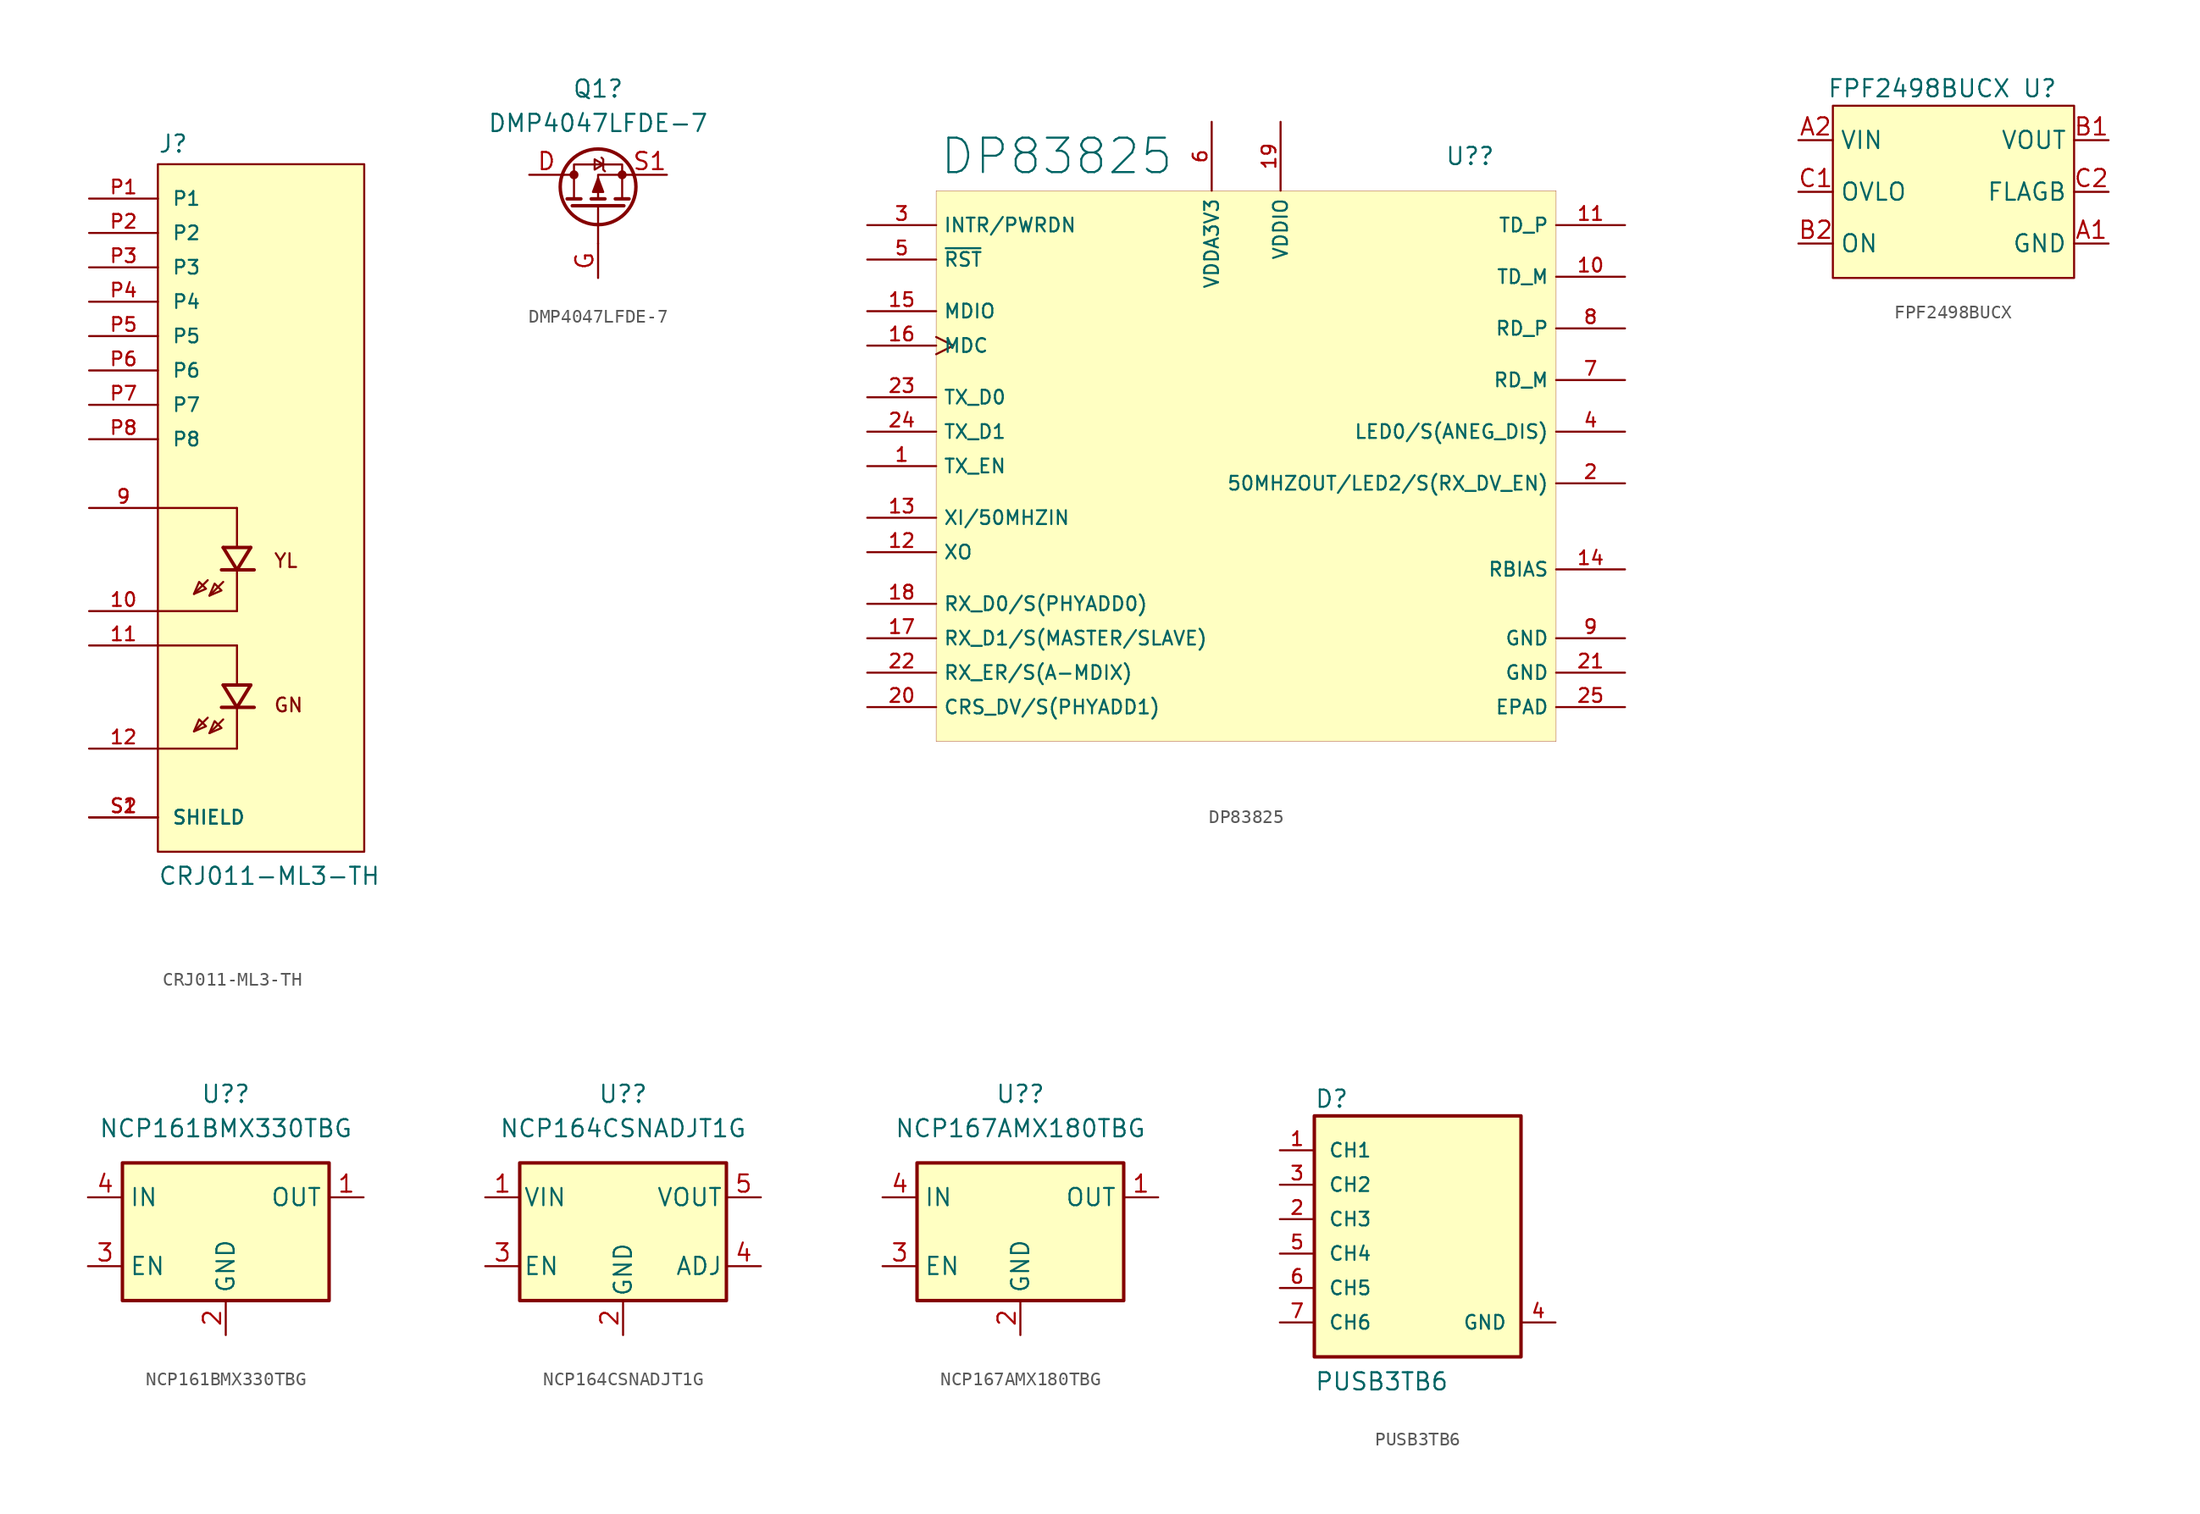
<source format=kicad_sym>
(kicad_symbol_lib
  (version 20211014)
  (generator kicad_symbol_editor)
  (symbol "CRJ011-ML3-TH"
    (pin_names
      (offset 1.016))
    (property "Reference" "J"
      (at -7.62 26.162 0)
      (effects (font (size 1.27 1.27)) (justify left bottom)))
    (property "Value" "CRJ011-ML3-TH"
      (at -7.62 -27.94 0)
      (effects (font (size 1.27 1.27)) (justify left bottom)))
    (property "ki_locked" ""
      (at 0 0 0)
      (effects (font (size 1.27 1.27))))
    (symbol "CRJ011-ML3-TH_0_0"
      (polyline (pts (xy -3.937 -15.494) (xy -4.953 -16.51)) (stroke (width 0.152) (type default) (color 0 0 0 0)) (fill (type none)))
      (polyline (pts (xy -3.937 -5.334) (xy -4.953 -6.35)) (stroke (width 0.152) (type default) (color 0 0 0 0)) (fill (type none)))
      (polyline (pts (xy -2.921 -14.732) (xy -1.778 -14.732)) (stroke (width 0.254) (type default) (color 0 0 0 0)) (fill (type none)))
      (polyline (pts (xy -2.921 -4.572) (xy -1.778 -4.572)) (stroke (width 0.254) (type default) (color 0 0 0 0)) (fill (type none)))
      (polyline (pts (xy -2.794 -15.621) (xy -3.81 -16.637)) (stroke (width 0.152) (type default) (color 0 0 0 0)) (fill (type none)))
      (polyline (pts (xy -2.794 -13.081) (xy -1.778 -14.732)) (stroke (width 0.254) (type default) (color 0 0 0 0)) (fill (type none)))
      (polyline (pts (xy -2.794 -13.081) (xy -0.762 -13.081)) (stroke (width 0.254) (type default) (color 0 0 0 0)) (fill (type none)))
      (polyline (pts (xy -2.794 -5.461) (xy -3.81 -6.477)) (stroke (width 0.152) (type default) (color 0 0 0 0)) (fill (type none)))
      (polyline (pts (xy -2.794 -2.921) (xy -1.778 -4.572)) (stroke (width 0.254) (type default) (color 0 0 0 0)) (fill (type none)))
      (polyline (pts (xy -2.794 -2.921) (xy -0.762 -2.921)) (stroke (width 0.254) (type default) (color 0 0 0 0)) (fill (type none)))
      (polyline (pts (xy -1.778 -17.78) (xy -7.62 -17.78)) (stroke (width 0.152) (type default) (color 0 0 0 0)) (fill (type none)))
      (polyline (pts (xy -1.778 -14.859) (xy -1.778 -17.78)) (stroke (width 0.152) (type default) (color 0 0 0 0)) (fill (type none)))
      (polyline (pts (xy -1.778 -14.732) (xy -0.762 -13.081)) (stroke (width 0.254) (type default) (color 0 0 0 0)) (fill (type none)))
      (polyline (pts (xy -1.778 -14.732) (xy -0.508 -14.732)) (stroke (width 0.254) (type default) (color 0 0 0 0)) (fill (type none)))
      (polyline (pts (xy -1.778 -10.16) (xy -7.62 -10.16)) (stroke (width 0.152) (type default) (color 0 0 0 0)) (fill (type none)))
      (polyline (pts (xy -1.778 -10.16) (xy -1.778 -12.954)) (stroke (width 0.152) (type default) (color 0 0 0 0)) (fill (type none)))
      (polyline (pts (xy -1.778 -7.62) (xy -7.62 -7.62)) (stroke (width 0.152) (type default) (color 0 0 0 0)) (fill (type none)))
      (polyline (pts (xy -1.778 -4.699) (xy -1.778 -7.62)) (stroke (width 0.152) (type default) (color 0 0 0 0)) (fill (type none)))
      (polyline (pts (xy -1.778 -4.572) (xy -0.762 -2.921)) (stroke (width 0.254) (type default) (color 0 0 0 0)) (fill (type none)))
      (polyline (pts (xy -1.778 -4.572) (xy -0.508 -4.572)) (stroke (width 0.254) (type default) (color 0 0 0 0)) (fill (type none)))
      (polyline (pts (xy -1.778 0) (xy -7.62 0)) (stroke (width 0.152) (type default) (color 0 0 0 0)) (fill (type none)))
      (polyline (pts (xy -1.778 0) (xy -1.778 -2.794)) (stroke (width 0.152) (type default) (color 0 0 0 0)) (fill (type none)))
      (polyline (pts (xy -4.953 -16.51) (xy -4.064 -16.129) (xy -4.572 -15.621) (xy -4.953 -16.51)) (stroke (width 0.152) (type default) (color 0 0 0 0)) (fill (type background)))
      (polyline (pts (xy -4.953 -6.35) (xy -4.064 -5.969) (xy -4.572 -5.461) (xy -4.953 -6.35)) (stroke (width 0.152) (type default) (color 0 0 0 0)) (fill (type background)))
      (polyline (pts (xy -3.81 -16.637) (xy -2.921 -16.256) (xy -3.429 -15.748) (xy -3.81 -16.637)) (stroke (width 0.152) (type default) (color 0 0 0 0)) (fill (type background)))
      (polyline (pts (xy -3.81 -6.477) (xy -2.921 -6.096) (xy -3.429 -5.588) (xy -3.81 -6.477)) (stroke (width 0.152) (type default) (color 0 0 0 0)) (fill (type background)))
      (text "GN" (at 0.889 -13.97 0) (effects (font (size 1.016 1.016)) (justify left top)))
      (text "YL" (at 0.889 -3.302 0) (effects (font (size 1.016 1.016)) (justify left top)))
      (pin passive line (at -12.7 -7.62 0) (length 5.08) (name "~" (effects (font (size 1.016 1.016)))) (number "10" (effects (font (size 1.016 1.016)))))
      (pin passive line (at -12.7 -10.16 0) (length 5.08) (name "~" (effects (font (size 1.016 1.016)))) (number "11" (effects (font (size 1.016 1.016)))))
      (pin passive line (at -12.7 -17.78 0) (length 5.08) (name "~" (effects (font (size 1.016 1.016)))) (number "12" (effects (font (size 1.016 1.016)))))
      (pin passive line (at -12.7 0 0) (length 5.08) (name "~" (effects (font (size 1.016 1.016)))) (number "9" (effects (font (size 1.016 1.016)))))
      (pin passive line (at -12.7 22.86 0) (length 5.08) (name "P1" (effects (font (size 1.016 1.016)))) (number "P1" (effects (font (size 1.016 1.016)))))
      (pin passive line (at -12.7 20.32 0) (length 5.08) (name "P2" (effects (font (size 1.016 1.016)))) (number "P2" (effects (font (size 1.016 1.016)))))
      (pin passive line (at -12.7 17.78 0) (length 5.08) (name "P3" (effects (font (size 1.016 1.016)))) (number "P3" (effects (font (size 1.016 1.016)))))
      (pin passive line (at -12.7 15.24 0) (length 5.08) (name "P4" (effects (font (size 1.016 1.016)))) (number "P4" (effects (font (size 1.016 1.016)))))
      (pin passive line (at -12.7 12.7 0) (length 5.08) (name "P5" (effects (font (size 1.016 1.016)))) (number "P5" (effects (font (size 1.016 1.016)))))
      (pin passive line (at -12.7 10.16 0) (length 5.08) (name "P6" (effects (font (size 1.016 1.016)))) (number "P6" (effects (font (size 1.016 1.016)))))
      (pin passive line (at -12.7 7.62 0) (length 5.08) (name "P7" (effects (font (size 1.016 1.016)))) (number "P7" (effects (font (size 1.016 1.016)))))
      (pin passive line (at -12.7 5.08 0) (length 5.08) (name "P8" (effects (font (size 1.016 1.016)))) (number "P8" (effects (font (size 1.016 1.016)))))
      (pin passive line (at -12.7 -22.86 0) (length 5.08) (name "SHIELD" (effects (font (size 1.016 1.016)))) (number "S1" (effects (font (size 1.016 1.016)))))
      (pin passive line (at -12.7 -22.86 0) (length 5.08) (name "SHIELD" (effects (font (size 1.016 1.016)))) (number "S2" (effects (font (size 1.016 1.016))))))
    (symbol "CRJ011-ML3-TH_1_1"
      (rectangle (start -7.62 25.4) (end 7.62 -25.4) (stroke (width 0.152) (type default) (color 0 0 0 0)) (fill (type background)))))
  (symbol "DMP4047LFDE-7"
    (pin_names hide)
    (property "Reference" "Q1"
      (at 0 8.89 0)
      (effects (font (size 1.27 1.27))))
    (property "Value" "DMP4047LFDE-7"
      (at 0 6.35 0)
      (effects (font (size 1.27 1.27))))
    (symbol "DMP4047LFDE-7_0_1"
      (circle (center -1.778 2.54) (radius 0.254) (stroke (width 0) (type default) (color 0 0 0 0)) (fill (type outline)))
      (polyline (pts (xy -2.54 2.54) (xy -1.778 2.54)) (stroke (width 0) (type default) (color 0 0 0 0)) (fill (type none)))
      (polyline (pts (xy -2.286 0.762) (xy -1.27 0.762)) (stroke (width 0.254) (type default) (color 0 0 0 0)) (fill (type none)))
      (polyline (pts (xy -1.905 0.254) (xy 1.905 0.254)) (stroke (width 0.254) (type default) (color 0 0 0 0)) (fill (type none)))
      (polyline (pts (xy -0.508 0.762) (xy 0.508 0.762)) (stroke (width 0.254) (type default) (color 0 0 0 0)) (fill (type none)))
      (polyline (pts (xy 0 0.254) (xy 0 -2.54)) (stroke (width 0) (type default) (color 0 0 0 0)) (fill (type none)))
      (polyline (pts (xy 1.27 0.762) (xy 2.286 0.762)) (stroke (width 0.254) (type default) (color 0 0 0 0)) (fill (type none)))
      (polyline (pts (xy 2.54 2.54) (xy 0 2.54) (xy 0 0.762)) (stroke (width 0) (type default) (color 0 0 0 0)) (fill (type none)))
      (polyline (pts (xy -1.778 0.762) (xy -1.778 3.302) (xy 1.778 3.302) (xy 1.778 0.762)) (stroke (width 0) (type default) (color 0 0 0 0)) (fill (type none)))
      (polyline (pts (xy 0 2.286) (xy -0.381 1.27) (xy 0.381 1.27) (xy 0 2.286)) (stroke (width 0) (type default) (color 0 0 0 0)) (fill (type outline)))
      (polyline (pts (xy 0.381 3.302) (xy -0.254 2.921) (xy -0.254 3.683) (xy 0.381 3.302)) (stroke (width 0) (type default) (color 0 0 0 0)) (fill (type none)))
      (polyline (pts (xy 0.508 2.794) (xy 0.381 2.921) (xy 0.381 3.683) (xy 0.254 3.81)) (stroke (width 0) (type default) (color 0 0 0 0)) (fill (type none)))
      (circle (center 0 1.651) (radius 2.794) (stroke (width 0.254) (type default) (color 0 0 0 0)) (fill (type none)))
      (circle (center 1.778 2.54) (radius 0.254) (stroke (width 0) (type default) (color 0 0 0 0)) (fill (type outline))))
    (symbol "DMP4047LFDE-7_1_1"
      (pin passive line (at -5.08 2.54 0) (length 2.54) (name "D" (effects (font (size 1.27 1.27)))) (number "D" (effects (font (size 1.27 1.27)))))
      (pin passive line (at 0 -5.08 90) (length 2.54) (name "G" (effects (font (size 1.27 1.27)))) (number "G" (effects (font (size 1.27 1.27)))))
      (pin passive line (at 5.08 2.54 180) (length 2.54) (name "S" (effects (font (size 1.27 1.27)))) (number "S1" (effects (font (size 1.27 1.27)))))
      (pin passive line (at 5.08 2.54 180) (length 2.54) hide (name "S" (effects (font (size 1.27 1.27)))) (number "S2" (effects (font (size 1.27 1.27)))))))
  (symbol "DP83825"
    (property "Reference" "U?"
      (at 16.51 22.86 0)
      (effects (font (size 1.27 1.27))))
    (property "Value" "DP83825"
      (at -13.97 22.86 0)
      (effects (font (size 2.54 2.54))))
    (symbol "DP83825_0_0"
      (pin input line (at -27.94 0 0) (length 5.08) (name "TX_EN" (effects (font (size 1.016 1.016)))) (number "1" (effects (font (size 1.016 1.016)))))
      (pin output line (at 27.94 13.97 180) (length 5.08) (name "TD_M" (effects (font (size 1.016 1.016)))) (number "10" (effects (font (size 1.016 1.016)))))
      (pin output line (at 27.94 17.78 180) (length 5.08) (name "TD_P" (effects (font (size 1.016 1.016)))) (number "11" (effects (font (size 1.016 1.016)))))
      (pin output line (at -27.94 -6.35 0) (length 5.08) (name "XO" (effects (font (size 1.016 1.016)))) (number "12" (effects (font (size 1.016 1.016)))))
      (pin input line (at -27.94 -3.81 0) (length 5.08) (name "XI/50MHZIN" (effects (font (size 1.016 1.016)))) (number "13" (effects (font (size 1.016 1.016)))))
      (pin passive line (at 27.94 -7.62 180) (length 5.08) (name "RBIAS" (effects (font (size 1.016 1.016)))) (number "14" (effects (font (size 1.016 1.016)))))
      (pin bidirectional line (at -27.94 11.43 0) (length 5.08) (name "MDIO" (effects (font (size 1.016 1.016)))) (number "15" (effects (font (size 1.016 1.016)))))
      (pin input clock (at -27.94 8.89 0) (length 5.08) (name "MDC" (effects (font (size 1.016 1.016)))) (number "16" (effects (font (size 1.016 1.016)))))
      (pin bidirectional line (at -27.94 -12.7 0) (length 5.08) (name "RX_D1/S(MASTER/SLAVE)" (effects (font (size 1.016 1.016)))) (number "17" (effects (font (size 1.016 1.016)))))
      (pin bidirectional line (at -27.94 -10.16 0) (length 5.08) (name "RX_D0/S(PHYADD0)" (effects (font (size 1.016 1.016)))) (number "18" (effects (font (size 1.016 1.016)))))
      (pin power_in line (at 2.54 25.4 270) (length 5.08) (name "VDDIO" (effects (font (size 1.016 1.016)))) (number "19" (effects (font (size 1.016 1.016)))))
      (pin bidirectional line (at 27.94 -1.27 180) (length 5.08) (name "50MHZOUT/LED2/S(RX_DV_EN)" (effects (font (size 1.016 1.016)))) (number "2" (effects (font (size 1.016 1.016)))))
      (pin bidirectional line (at -27.94 -17.78 0) (length 5.08) (name "CRS_DV/S(PHYADD1)" (effects (font (size 1.016 1.016)))) (number "20" (effects (font (size 1.016 1.016)))))
      (pin power_in line (at 27.94 -15.24 180) (length 5.08) (name "GND" (effects (font (size 1.016 1.016)))) (number "21" (effects (font (size 1.016 1.016)))))
      (pin bidirectional line (at -27.94 -15.24 0) (length 5.08) (name "RX_ER/S(A-MDIX)" (effects (font (size 1.016 1.016)))) (number "22" (effects (font (size 1.016 1.016)))))
      (pin input line (at -27.94 5.08 0) (length 5.08) (name "TX_D0" (effects (font (size 1.016 1.016)))) (number "23" (effects (font (size 1.016 1.016)))))
      (pin input line (at -27.94 2.54 0) (length 5.08) (name "TX_D1" (effects (font (size 1.016 1.016)))) (number "24" (effects (font (size 1.016 1.016)))))
      (pin input line (at -27.94 17.78 0) (length 5.08) (name "INTR/PWRDN" (effects (font (size 1.016 1.016)))) (number "3" (effects (font (size 1.016 1.016)))))
      (pin bidirectional line (at 27.94 2.54 180) (length 5.08) (name "LED0/S(ANEG_DIS)" (effects (font (size 1.016 1.016)))) (number "4" (effects (font (size 1.016 1.016)))))
      (pin input line (at -27.94 15.24 0) (length 5.08) (name "~{RST}" (effects (font (size 1.016 1.016)))) (number "5" (effects (font (size 1.016 1.016)))))
      (pin power_in line (at -2.54 25.4 270) (length 5.08) (name "VDDA3V3" (effects (font (size 1.016 1.016)))) (number "6" (effects (font (size 1.016 1.016)))))
      (pin input line (at 27.94 6.35 180) (length 5.08) (name "RD_M" (effects (font (size 1.016 1.016)))) (number "7" (effects (font (size 1.016 1.016)))))
      (pin input line (at 27.94 10.16 180) (length 5.08) (name "RD_P" (effects (font (size 1.016 1.016)))) (number "8" (effects (font (size 1.016 1.016)))))
      (pin power_in line (at 27.94 -12.7 180) (length 5.08) (name "GND" (effects (font (size 1.016 1.016)))) (number "9" (effects (font (size 1.016 1.016))))))
    (symbol "DP83825_0_1"
      (rectangle (start -22.86 20.32) (end 22.86 -20.32) (stroke (width 0.001) (type default) (color 0 0 0 0)) (fill (type background))))
    (symbol "DP83825_1_1"
      (pin input line (at 27.94 -17.78 180) (length 5.08) (name "EPAD" (effects (font (size 1.016 1.016)))) (number "25" (effects (font (size 1.016 1.016)))))))
  (symbol "FPF2498BUCX"
    (property "Reference" "U"
      (at 6.35 7.62 0)
      (effects (font (size 1.27 1.27))))
    (property "Value" "FPF2498BUCX"
      (at -2.54 7.62 0)
      (effects (font (size 1.27 1.27))))
    (symbol "FPF2498BUCX_0_1"
      (rectangle (start -8.89 6.35) (end 8.89 -6.35) (stroke (width 0.152) (type default) (color 0 0 0 0)) (fill (type background))))
    (symbol "FPF2498BUCX_1_1"
      (pin input line (at 11.43 -3.81 180) (length 2.54) (name "GND" (effects (font (size 1.27 1.27)))) (number "A1" (effects (font (size 1.27 1.27)))))
      (pin input line (at -11.43 3.81 0) (length 2.54) (name "VIN" (effects (font (size 1.27 1.27)))) (number "A2" (effects (font (size 1.27 1.27)))))
      (pin input line (at 11.43 3.81 180) (length 2.54) (name "VOUT" (effects (font (size 1.27 1.27)))) (number "B1" (effects (font (size 1.27 1.27)))))
      (pin input line (at -11.43 -3.81 0) (length 2.54) (name "ON" (effects (font (size 1.27 1.27)))) (number "B2" (effects (font (size 1.27 1.27)))))
      (pin input line (at -11.43 0 0) (length 2.54) (name "OVLO" (effects (font (size 1.27 1.27)))) (number "C1" (effects (font (size 1.27 1.27)))))
      (pin input line (at 11.43 0 180) (length 2.54) (name "FLAGB" (effects (font (size 1.27 1.27)))) (number "C2" (effects (font (size 1.27 1.27)))))))
  (symbol "NCP161BMX330TBG"
    (property "Reference" "U?"
      (at 0 10.16 0)
      (effects (font (size 1.27 1.27))))
    (property "Value" "NCP161BMX330TBG"
      (at 0 7.62 0)
      (effects (font (size 1.27 1.27))))
    (symbol "NCP161BMX330TBG_0_1"
      (rectangle (start -7.62 5.08) (end 7.62 -5.08) (stroke (width 0.254) (type default) (color 0 0 0 0)) (fill (type background))))
    (symbol "NCP161BMX330TBG_1_1"
      (pin power_out line (at 10.16 2.54 180) (length 2.54) (name "OUT" (effects (font (size 1.27 1.27)))) (number "1" (effects (font (size 1.27 1.27)))))
      (pin power_in line (at 0 -7.62 90) (length 2.54) (name "GND" (effects (font (size 1.27 1.27)))) (number "2" (effects (font (size 1.27 1.27)))))
      (pin input line (at -10.16 -2.54 0) (length 2.54) (name "EN" (effects (font (size 1.27 1.27)))) (number "3" (effects (font (size 1.27 1.27)))))
      (pin power_in line (at -10.16 2.54 0) (length 2.54) (name "IN" (effects (font (size 1.27 1.27)))) (number "4" (effects (font (size 1.27 1.27)))))
      (pin passive line (at 0 -7.62 90) (length 2.54) hide (name "GND" (effects (font (size 1.27 1.27)))) (number "5" (effects (font (size 1.27 1.27)))))))
  (symbol "NCP164CSNADJT1G"
    (pin_names
      (offset 0.254))
    (property "Reference" "U?"
      (at 0 10.16 0)
      (effects (font (size 1.27 1.27))))
    (property "Value" "NCP164CSNADJT1G"
      (at 0 7.62 0)
      (effects (font (size 1.27 1.27))))
    (symbol "NCP164CSNADJT1G_0_1"
      (rectangle (start -7.62 5.08) (end 7.62 -5.08) (stroke (width 0.254) (type default) (color 0 0 0 0)) (fill (type background))))
    (symbol "NCP164CSNADJT1G_1_1"
      (pin power_in line (at -10.16 2.54 0) (length 2.54) (name "VIN" (effects (font (size 1.27 1.27)))) (number "1" (effects (font (size 1.27 1.27)))))
      (pin power_in line (at 0 -7.62 90) (length 2.54) (name "GND" (effects (font (size 1.27 1.27)))) (number "2" (effects (font (size 1.27 1.27)))))
      (pin input line (at -10.16 -2.54 0) (length 2.54) (name "EN" (effects (font (size 1.27 1.27)))) (number "3" (effects (font (size 1.27 1.27)))))
      (pin input line (at 10.16 -2.54 180) (length 2.54) (name "ADJ" (effects (font (size 1.27 1.27)))) (number "4" (effects (font (size 1.27 1.27)))))
      (pin power_out line (at 10.16 2.54 180) (length 2.54) (name "VOUT" (effects (font (size 1.27 1.27)))) (number "5" (effects (font (size 1.27 1.27)))))))
  (symbol "NCP167AMX180TBG"
    (property "Reference" "U?"
      (at 0 10.16 0)
      (effects (font (size 1.27 1.27))))
    (property "Value" "NCP167AMX180TBG"
      (at 0 7.62 0)
      (effects (font (size 1.27 1.27))))
    (symbol "NCP167AMX180TBG_0_1"
      (rectangle (start -7.62 5.08) (end 7.62 -5.08) (stroke (width 0.254) (type default) (color 0 0 0 0)) (fill (type background))))
    (symbol "NCP167AMX180TBG_1_1"
      (pin power_out line (at 10.16 2.54 180) (length 2.54) (name "OUT" (effects (font (size 1.27 1.27)))) (number "1" (effects (font (size 1.27 1.27)))))
      (pin power_in line (at 0 -7.62 90) (length 2.54) (name "GND" (effects (font (size 1.27 1.27)))) (number "2" (effects (font (size 1.27 1.27)))))
      (pin input line (at -10.16 -2.54 0) (length 2.54) (name "EN" (effects (font (size 1.27 1.27)))) (number "3" (effects (font (size 1.27 1.27)))))
      (pin power_in line (at -10.16 2.54 0) (length 2.54) (name "IN" (effects (font (size 1.27 1.27)))) (number "4" (effects (font (size 1.27 1.27)))))
      (pin passive line (at 0 -7.62 90) (length 2.54) hide (name "GND" (effects (font (size 1.27 1.27)))) (number "5" (effects (font (size 1.27 1.27)))))))
  (symbol "PUSB3TB6"
    (pin_names
      (offset 1.016))
    (property "Reference" "D"
      (at -7.62 8.128 0)
      (effects (font (size 1.27 1.27)) (justify left bottom)))
    (property "Value" "PUSB3TB6"
      (at -7.62 -12.725 0)
      (effects (font (size 1.27 1.27)) (justify left bottom)))
    (property "ki_locked" ""
      (at 0 0 0)
      (effects (font (size 1.27 1.27))))
    (symbol "PUSB3TB6_0_0"
      (rectangle (start -7.62 -10.16) (end 7.62 7.62) (stroke (width 0.254) (type default) (color 0 0 0 0)) (fill (type background)))
      (pin passive line (at -10.16 5.08 0) (length 2.54) (name "CH1" (effects (font (size 1.016 1.016)))) (number "1" (effects (font (size 1.016 1.016)))))
      (pin passive line (at -10.16 0 0) (length 2.54) (name "CH3" (effects (font (size 1.016 1.016)))) (number "2" (effects (font (size 1.016 1.016)))))
      (pin passive line (at -10.16 2.54 0) (length 2.54) (name "CH2" (effects (font (size 1.016 1.016)))) (number "3" (effects (font (size 1.016 1.016)))))
      (pin power_in line (at 10.16 -7.62 180) (length 2.54) (name "GND" (effects (font (size 1.016 1.016)))) (number "4" (effects (font (size 1.016 1.016)))))
      (pin passive line (at -10.16 -2.54 0) (length 2.54) (name "CH4" (effects (font (size 1.016 1.016)))) (number "5" (effects (font (size 1.016 1.016)))))
      (pin passive line (at -10.16 -5.08 0) (length 2.54) (name "CH5" (effects (font (size 1.016 1.016)))) (number "6" (effects (font (size 1.016 1.016)))))
      (pin passive line (at -10.16 -7.62 0) (length 2.54) (name "CH6" (effects (font (size 1.016 1.016)))) (number "7" (effects (font (size 1.016 1.016))))))))
</source>
